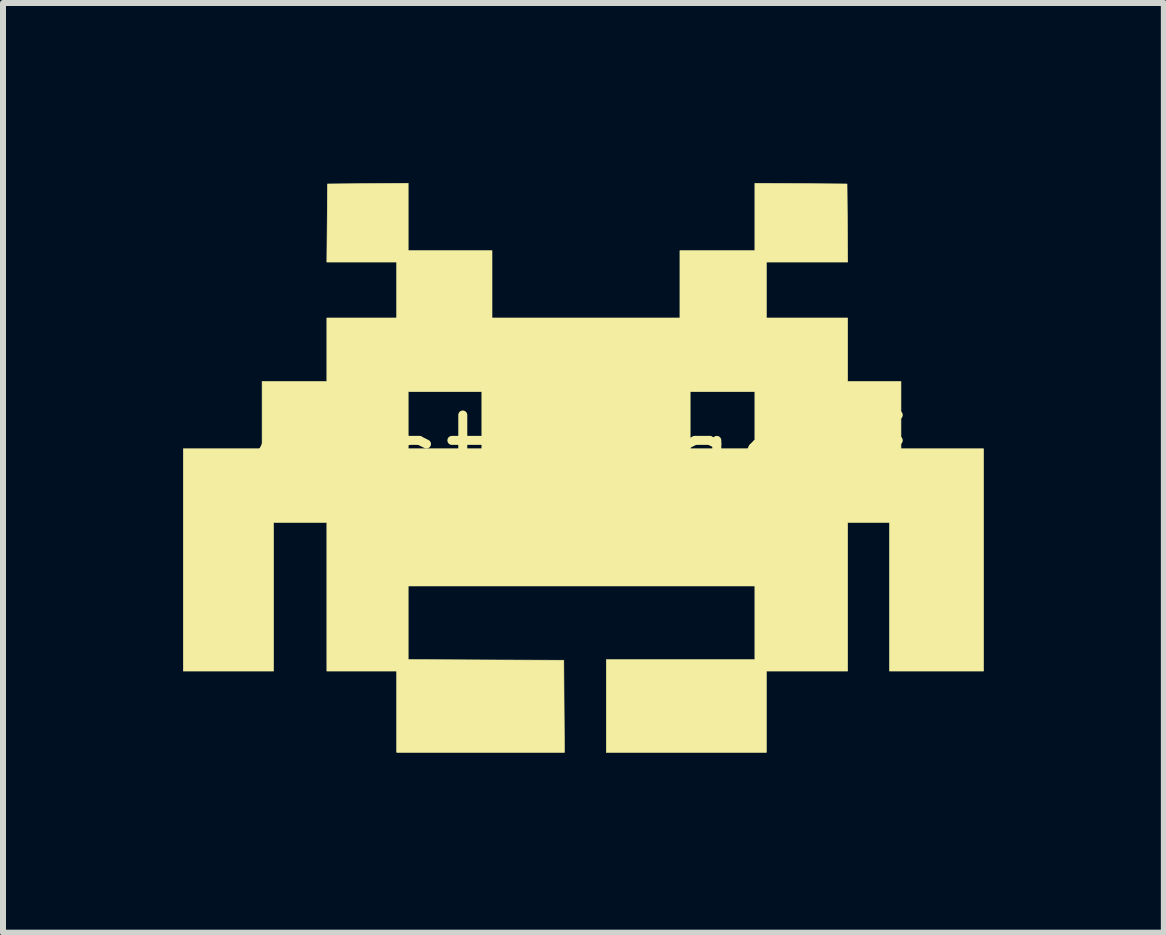
<source format=kicad_pcb>
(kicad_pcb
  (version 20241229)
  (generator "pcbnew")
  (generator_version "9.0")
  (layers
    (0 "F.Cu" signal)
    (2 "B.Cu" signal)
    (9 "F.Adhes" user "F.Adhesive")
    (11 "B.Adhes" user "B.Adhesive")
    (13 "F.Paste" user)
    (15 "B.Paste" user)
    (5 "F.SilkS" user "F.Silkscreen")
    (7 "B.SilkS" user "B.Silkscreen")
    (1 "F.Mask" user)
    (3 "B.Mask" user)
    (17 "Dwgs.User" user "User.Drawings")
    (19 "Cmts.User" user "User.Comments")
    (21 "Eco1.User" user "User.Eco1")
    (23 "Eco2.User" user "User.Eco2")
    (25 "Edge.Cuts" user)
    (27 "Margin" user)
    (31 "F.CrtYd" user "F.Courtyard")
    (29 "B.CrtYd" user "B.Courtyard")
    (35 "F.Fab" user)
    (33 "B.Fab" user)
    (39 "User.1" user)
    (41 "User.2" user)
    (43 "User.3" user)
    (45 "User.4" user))
  (footprint "easteregg_f"
    (layer "F.Cu")
    (at 6.567 4.556)
    (property "Reference" "easteregg_f" (at 0 0 0) (layer "F.SilkS") (effects (font (size 1.27 1.27) (thickness 0.15))))
    (attr through_hole)
    (fp_poly (pts (xy -2.815 -3.429) (xy -1.418 -3.429) (xy -1.418 -2.307) (xy 1.714 -2.307) (xy 1.714 -3.429) (xy 2.963 -3.429) (xy 2.963 -4.551) (xy 3.731 -4.546) (xy 4.498 -4.54) (xy 4.504 -3.889) (xy 4.509 -3.239) (xy 3.154 -3.239) (xy 3.154 -2.307) (xy 4.508 -2.307) (xy 4.508 -1.249) (xy 5.397 -1.249) (xy 5.397 -0.127) (xy 6.773 -0.127) (xy 6.773 3.577) (xy 5.207 3.577) (xy 5.207 1.101) (xy 4.508 1.101) (xy 4.508 3.577) (xy 3.154 3.577) (xy 3.154 4.932) (xy 0.487 4.932) (xy 0.487 3.387) (xy 2.963 3.387) (xy 2.963 2.159) (xy -2.815 2.159) (xy -2.815 3.386) (xy -1.519 3.392) (xy -0.222 3.397) (xy -0.217 4.165) (xy -0.211 4.932) (xy -3.006 4.932) (xy -3.006 3.577) (xy -4.17 3.577) (xy -4.17 1.101) (xy -5.059 1.101) (xy -5.059 3.577) (xy -6.562 3.577) (xy -6.562 -0.127) (xy -5.249 -0.127) (xy -5.249 -1.079) (xy -2.815 -1.079) (xy -2.815 -0.127) (xy -1.587 -0.127) (xy -1.587 -1.079) (xy 1.884 -1.079) (xy 1.884 -0.127) (xy 2.963 -0.127) (xy 2.963 -1.079) (xy 1.884 -1.079) (xy -1.587 -1.079) (xy -2.815 -1.079) (xy -5.249 -1.079) (xy -5.249 -1.249) (xy -4.17 -1.249) (xy -4.17 -2.307) (xy -3.006 -2.307) (xy -3.006 -3.239) (xy -4.17 -3.239) (xy -4.159 -4.54) (xy -3.487 -4.546) (xy -2.815 -4.551) (xy -2.815 -3.429)) (stroke (width 0.01) (type solid)) (fill yes) (layer "F.SilkS")))
  (gr_rect
    (start -3 -3)
    (end 16.345 12.493)
    (stroke (width 0.1) (type default))
    (fill no)
    (layer "Edge.Cuts")))
</source>
